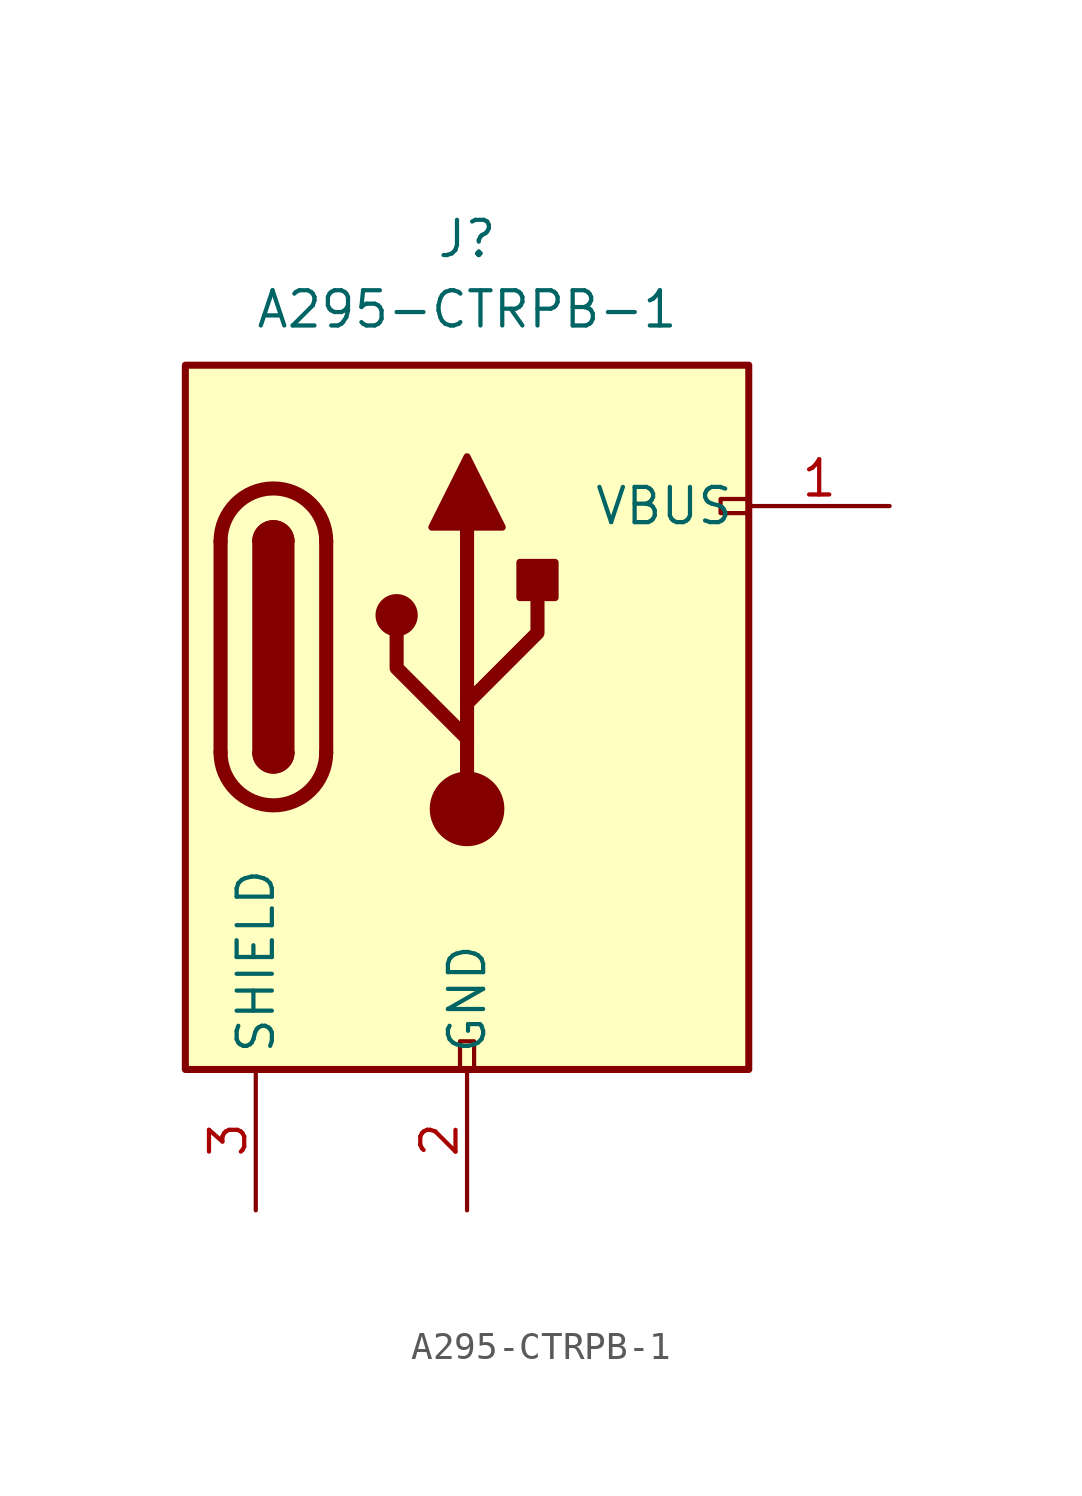
<source format=kicad_sym>
(kicad_symbol_lib
  (version 20220914)
  (generator kicad_symbol_editor)
  (symbol "A295-CTRPB-1"
    (property "Reference" "J"
      (at 0 15.24 0)
      (effects (font (size 1.27 1.27)) (justify bottom)))
    (property "Value" "A295-CTRPB-1"
      (at 0 12.7 0)
      (effects (font (size 1.27 1.27)) (justify bottom)))
    (symbol "A295-CTRPB-1_0_0"
      (rectangle (start -0.254 -13.97) (end 0.254 -12.954) (stroke (width 0) (type default)) (fill (type none)))
      (rectangle (start 10.16 6.604) (end 9.144 6.096) (stroke (width 0) (type default)) (fill (type none))))
    (symbol "A295-CTRPB-1_0_1"
      (rectangle (start -10.16 11.43) (end 10.16 -13.97) (stroke (width 0.254) (type default)) (fill (type background)))
      (arc (start -8.89 -2.54) (mid -6.985 -4.4367) (end -5.08 -2.54) (stroke (width 0.508) (type default)) (fill (type none)))
      (arc (start -7.62 -2.54) (mid -6.985 -3.1723) (end -6.35 -2.54) (stroke (width 0.254) (type default)) (fill (type none)))
      (arc (start -7.62 -2.54) (mid -6.985 -3.1723) (end -6.35 -2.54) (stroke (width 0.254) (type default)) (fill (type outline)))
      (rectangle (start -7.62 -2.54) (end -6.35 5.08) (stroke (width 0.254) (type default)) (fill (type outline)))
      (arc (start -6.35 5.08) (mid -6.985 5.7123) (end -7.62 5.08) (stroke (width 0.254) (type default)) (fill (type none)))
      (arc (start -6.35 5.08) (mid -6.985 5.7123) (end -7.62 5.08) (stroke (width 0.254) (type default)) (fill (type outline)))
      (arc (start -5.08 5.08) (mid -6.985 6.9767) (end -8.89 5.08) (stroke (width 0.508) (type default)) (fill (type none)))
      (circle (center -2.54 2.413) (radius 0.635) (stroke (width 0.254) (type default)) (fill (type outline)))
      (circle (center 0 -4.572) (radius 1.27) (stroke (width 0) (type default)) (fill (type outline)))
      (polyline (pts (xy -8.89 -2.54) (xy -8.89 5.08)) (stroke (width 0.508) (type default)) (fill (type none)))
      (polyline (pts (xy -5.08 5.08) (xy -5.08 -2.54)) (stroke (width 0.508) (type default)) (fill (type none)))
      (polyline (pts (xy 0 -4.572) (xy 0 5.588)) (stroke (width 0.508) (type default)) (fill (type none)))
      (polyline (pts (xy 0 -2.032) (xy -2.54 0.508) (xy -2.54 1.778)) (stroke (width 0.508) (type default)) (fill (type none)))
      (polyline (pts (xy 0 -0.762) (xy 2.54 1.778) (xy 2.54 3.048)) (stroke (width 0.508) (type default)) (fill (type none)))
      (polyline (pts (xy -1.27 5.588) (xy 0 8.128) (xy 1.27 5.588) (xy -1.27 5.588)) (stroke (width 0.254) (type default)) (fill (type outline)))
      (rectangle (start 1.905 3.048) (end 3.175 4.318) (stroke (width 0.254) (type default)) (fill (type outline))))
    (symbol "A295-CTRPB-1_1_1"
      (pin passive line (at 15.24 6.35 180) (length 5.08) (name "VBUS" (effects (font (size 1.27 1.27)))) (number "1" (effects (font (size 1.27 1.27)))))
      (pin passive line (at 0 -19.05 90) (length 5.08) (name "GND" (effects (font (size 1.27 1.27)))) (number "2" (effects (font (size 1.27 1.27)))))
      (pin passive line (at -7.62 -19.05 90) (length 5.08) (name "SHIELD" (effects (font (size 1.27 1.27)))) (number "3" (effects (font (size 1.27 1.27))))))))
</source>
